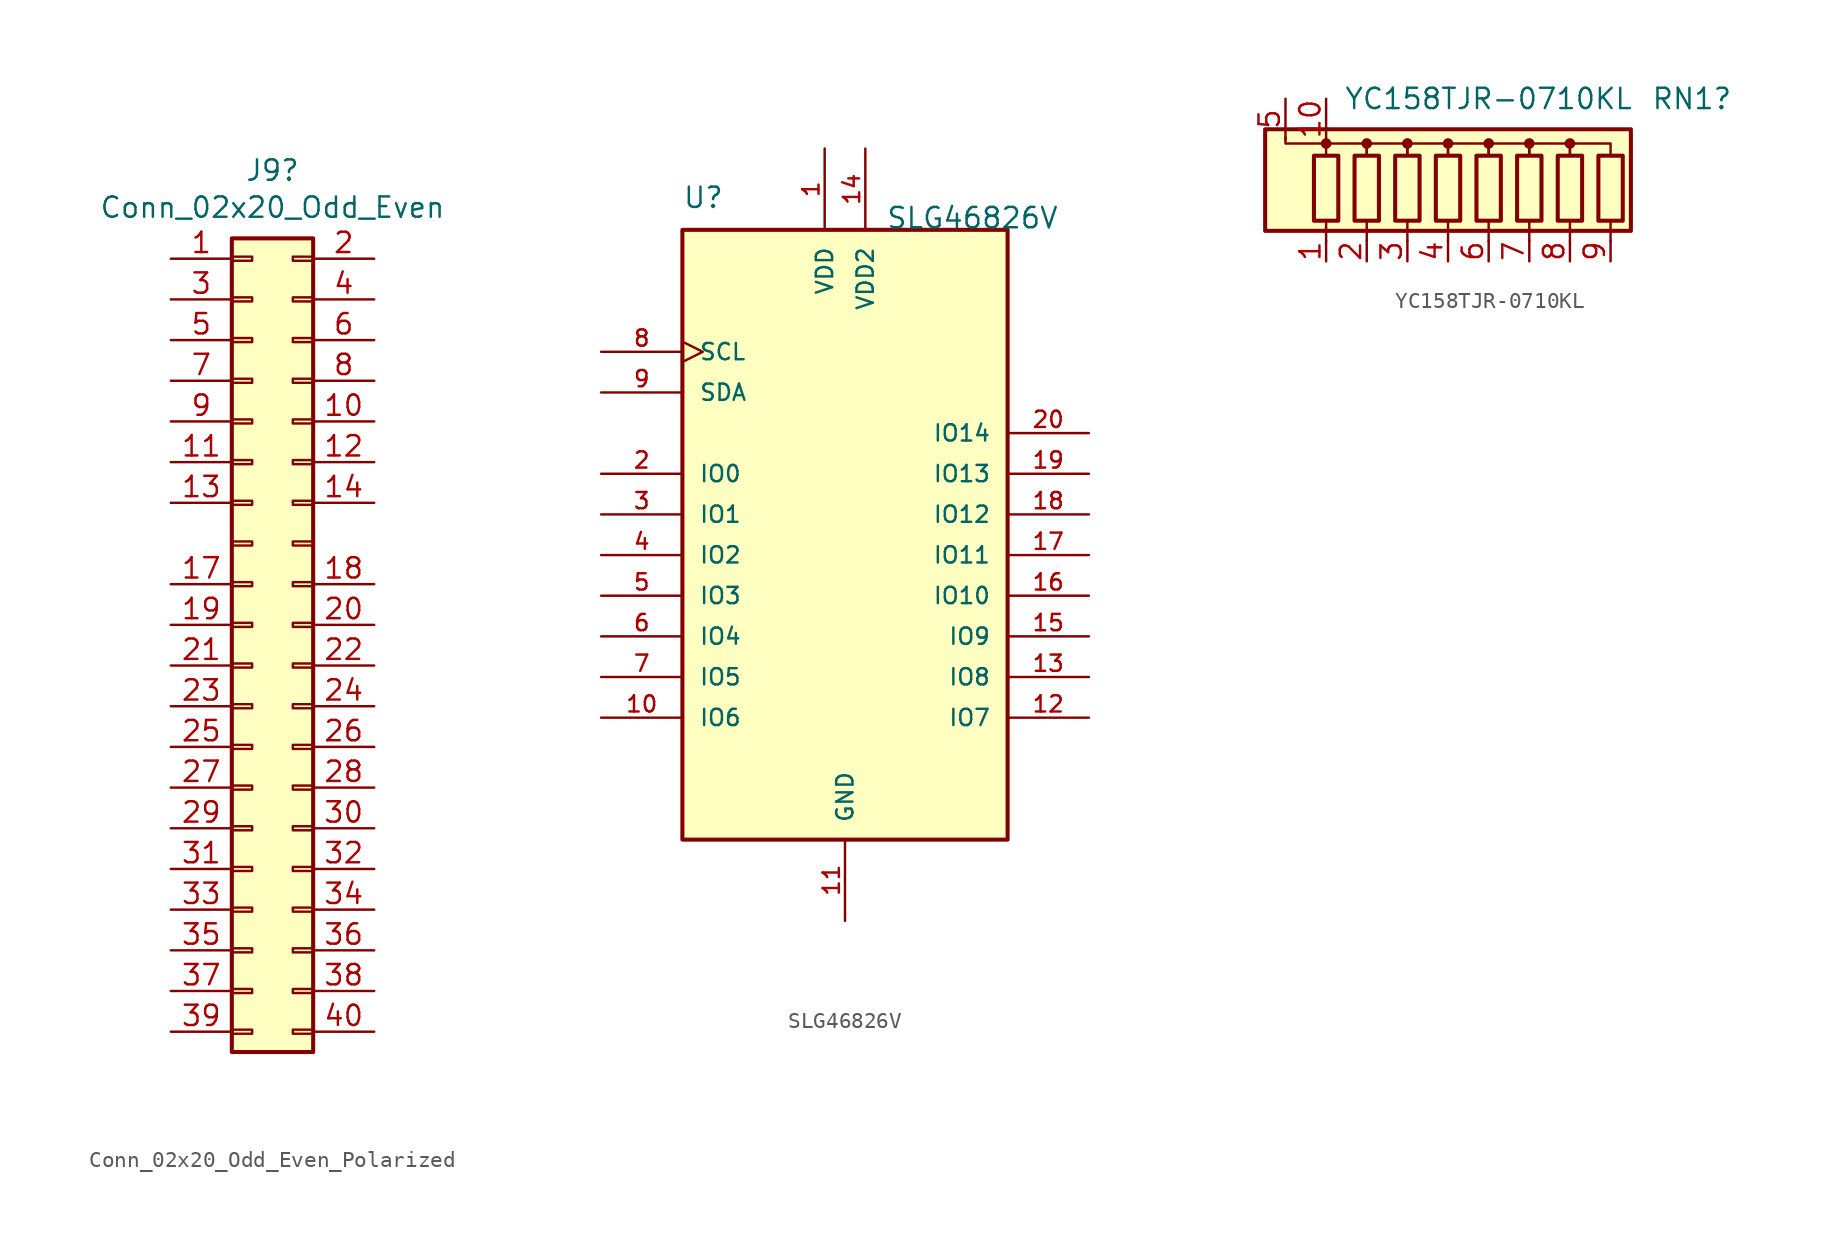
<source format=kicad_sym>
(kicad_symbol_lib
  (version 20220914)
  (generator kicad_symbol_editor)
  (symbol "Conn_02x20_Odd_Even_Polarized"
    (pin_names
      (offset 1.016) hide)
    (property "Reference" "J9"
      (at 1.27 28.372 0)
      (effects (font (size 1.27 1.27))))
    (property "Value" "Conn_02x20_Odd_Even"
      (at 1.27 26.06 0)
      (effects (font (size 1.27 1.27))))
    (symbol "Conn_02x20_Odd_Even_Polarized_1_1"
      (rectangle (start -1.27 -25.273) (end 0 -25.527) (stroke (width 0.152) (type default)) (fill (type none)))
      (rectangle (start -1.27 -22.733) (end 0 -22.987) (stroke (width 0.152) (type default)) (fill (type none)))
      (rectangle (start -1.27 -20.193) (end 0 -20.447) (stroke (width 0.152) (type default)) (fill (type none)))
      (rectangle (start -1.27 -17.653) (end 0 -17.907) (stroke (width 0.152) (type default)) (fill (type none)))
      (rectangle (start -1.27 -15.113) (end 0 -15.367) (stroke (width 0.152) (type default)) (fill (type none)))
      (rectangle (start -1.27 -12.573) (end 0 -12.827) (stroke (width 0.152) (type default)) (fill (type none)))
      (rectangle (start -1.27 -10.033) (end 0 -10.287) (stroke (width 0.152) (type default)) (fill (type none)))
      (rectangle (start -1.27 -7.493) (end 0 -7.747) (stroke (width 0.152) (type default)) (fill (type none)))
      (rectangle (start -1.27 -4.953) (end 0 -5.207) (stroke (width 0.152) (type default)) (fill (type none)))
      (rectangle (start -1.27 -2.413) (end 0 -2.667) (stroke (width 0.152) (type default)) (fill (type none)))
      (rectangle (start -1.27 0.127) (end 0 -0.127) (stroke (width 0.152) (type default)) (fill (type none)))
      (rectangle (start -1.27 2.667) (end 0 2.413) (stroke (width 0.152) (type default)) (fill (type none)))
      (rectangle (start -1.27 5.207) (end 0 4.953) (stroke (width 0.152) (type default)) (fill (type none)))
      (rectangle (start -1.27 7.747) (end 0 7.493) (stroke (width 0.152) (type default)) (fill (type none)))
      (rectangle (start -1.27 10.287) (end 0 10.033) (stroke (width 0.152) (type default)) (fill (type none)))
      (rectangle (start -1.27 12.827) (end 0 12.573) (stroke (width 0.152) (type default)) (fill (type none)))
      (rectangle (start -1.27 15.367) (end 0 15.113) (stroke (width 0.152) (type default)) (fill (type none)))
      (rectangle (start -1.27 17.907) (end 0 17.653) (stroke (width 0.152) (type default)) (fill (type none)))
      (rectangle (start -1.27 20.447) (end 0 20.193) (stroke (width 0.152) (type default)) (fill (type none)))
      (rectangle (start -1.27 22.987) (end 0 22.733) (stroke (width 0.152) (type default)) (fill (type none)))
      (rectangle (start -1.27 24.13) (end 3.81 -26.67) (stroke (width 0.254) (type default)) (fill (type background)))
      (rectangle (start 3.81 -25.273) (end 2.54 -25.527) (stroke (width 0.152) (type default)) (fill (type none)))
      (rectangle (start 3.81 -22.733) (end 2.54 -22.987) (stroke (width 0.152) (type default)) (fill (type none)))
      (rectangle (start 3.81 -20.193) (end 2.54 -20.447) (stroke (width 0.152) (type default)) (fill (type none)))
      (rectangle (start 3.81 -17.653) (end 2.54 -17.907) (stroke (width 0.152) (type default)) (fill (type none)))
      (rectangle (start 3.81 -15.113) (end 2.54 -15.367) (stroke (width 0.152) (type default)) (fill (type none)))
      (rectangle (start 3.81 -12.573) (end 2.54 -12.827) (stroke (width 0.152) (type default)) (fill (type none)))
      (rectangle (start 3.81 -10.033) (end 2.54 -10.287) (stroke (width 0.152) (type default)) (fill (type none)))
      (rectangle (start 3.81 -7.493) (end 2.54 -7.747) (stroke (width 0.152) (type default)) (fill (type none)))
      (rectangle (start 3.81 -4.953) (end 2.54 -5.207) (stroke (width 0.152) (type default)) (fill (type none)))
      (rectangle (start 3.81 -2.413) (end 2.54 -2.667) (stroke (width 0.152) (type default)) (fill (type none)))
      (rectangle (start 3.81 0.127) (end 2.54 -0.127) (stroke (width 0.152) (type default)) (fill (type none)))
      (rectangle (start 3.81 2.667) (end 2.54 2.413) (stroke (width 0.152) (type default)) (fill (type none)))
      (rectangle (start 3.81 5.207) (end 2.54 4.953) (stroke (width 0.152) (type default)) (fill (type none)))
      (rectangle (start 3.81 7.747) (end 2.54 7.493) (stroke (width 0.152) (type default)) (fill (type none)))
      (rectangle (start 3.81 10.287) (end 2.54 10.033) (stroke (width 0.152) (type default)) (fill (type none)))
      (rectangle (start 3.81 12.827) (end 2.54 12.573) (stroke (width 0.152) (type default)) (fill (type none)))
      (rectangle (start 3.81 15.367) (end 2.54 15.113) (stroke (width 0.152) (type default)) (fill (type none)))
      (rectangle (start 3.81 17.907) (end 2.54 17.653) (stroke (width 0.152) (type default)) (fill (type none)))
      (rectangle (start 3.81 20.447) (end 2.54 20.193) (stroke (width 0.152) (type default)) (fill (type none)))
      (rectangle (start 3.81 22.987) (end 2.54 22.733) (stroke (width 0.152) (type default)) (fill (type none)))
      (pin passive line (at -5.08 22.86 0) (length 3.81) (name "Pin_1" (effects (font (size 1.27 1.27)))) (number "1" (effects (font (size 1.27 1.27)))))
      (pin passive line (at 7.62 12.7 180) (length 3.81) (name "Pin_10" (effects (font (size 1.27 1.27)))) (number "10" (effects (font (size 1.27 1.27)))))
      (pin passive line (at -5.08 10.16 0) (length 3.81) (name "Pin_11" (effects (font (size 1.27 1.27)))) (number "11" (effects (font (size 1.27 1.27)))))
      (pin passive line (at 7.62 10.16 180) (length 3.81) (name "Pin_12" (effects (font (size 1.27 1.27)))) (number "12" (effects (font (size 1.27 1.27)))))
      (pin passive line (at -5.08 7.62 0) (length 3.81) (name "Pin_13" (effects (font (size 1.27 1.27)))) (number "13" (effects (font (size 1.27 1.27)))))
      (pin passive line (at 7.62 7.62 180) (length 3.81) (name "Pin_14" (effects (font (size 1.27 1.27)))) (number "14" (effects (font (size 1.27 1.27)))))
      (pin passive line (at -5.08 2.54 0) (length 3.81) (name "Pin_17" (effects (font (size 1.27 1.27)))) (number "17" (effects (font (size 1.27 1.27)))))
      (pin passive line (at 7.62 2.54 180) (length 3.81) (name "Pin_18" (effects (font (size 1.27 1.27)))) (number "18" (effects (font (size 1.27 1.27)))))
      (pin passive line (at -5.08 0 0) (length 3.81) (name "Pin_19" (effects (font (size 1.27 1.27)))) (number "19" (effects (font (size 1.27 1.27)))))
      (pin passive line (at 7.62 22.86 180) (length 3.81) (name "Pin_2" (effects (font (size 1.27 1.27)))) (number "2" (effects (font (size 1.27 1.27)))))
      (pin passive line (at 7.62 0 180) (length 3.81) (name "Pin_20" (effects (font (size 1.27 1.27)))) (number "20" (effects (font (size 1.27 1.27)))))
      (pin passive line (at -5.08 -2.54 0) (length 3.81) (name "Pin_21" (effects (font (size 1.27 1.27)))) (number "21" (effects (font (size 1.27 1.27)))))
      (pin passive line (at 7.62 -2.54 180) (length 3.81) (name "Pin_22" (effects (font (size 1.27 1.27)))) (number "22" (effects (font (size 1.27 1.27)))))
      (pin passive line (at -5.08 -5.08 0) (length 3.81) (name "Pin_23" (effects (font (size 1.27 1.27)))) (number "23" (effects (font (size 1.27 1.27)))))
      (pin passive line (at 7.62 -5.08 180) (length 3.81) (name "Pin_24" (effects (font (size 1.27 1.27)))) (number "24" (effects (font (size 1.27 1.27)))))
      (pin passive line (at -5.08 -7.62 0) (length 3.81) (name "Pin_25" (effects (font (size 1.27 1.27)))) (number "25" (effects (font (size 1.27 1.27)))))
      (pin passive line (at 7.62 -7.62 180) (length 3.81) (name "Pin_26" (effects (font (size 1.27 1.27)))) (number "26" (effects (font (size 1.27 1.27)))))
      (pin passive line (at -5.08 -10.16 0) (length 3.81) (name "Pin_27" (effects (font (size 1.27 1.27)))) (number "27" (effects (font (size 1.27 1.27)))))
      (pin passive line (at 7.62 -10.16 180) (length 3.81) (name "Pin_28" (effects (font (size 1.27 1.27)))) (number "28" (effects (font (size 1.27 1.27)))))
      (pin passive line (at -5.08 -12.7 0) (length 3.81) (name "Pin_29" (effects (font (size 1.27 1.27)))) (number "29" (effects (font (size 1.27 1.27)))))
      (pin passive line (at -5.08 20.32 0) (length 3.81) (name "Pin_3" (effects (font (size 1.27 1.27)))) (number "3" (effects (font (size 1.27 1.27)))))
      (pin passive line (at 7.62 -12.7 180) (length 3.81) (name "Pin_30" (effects (font (size 1.27 1.27)))) (number "30" (effects (font (size 1.27 1.27)))))
      (pin passive line (at -5.08 -15.24 0) (length 3.81) (name "Pin_31" (effects (font (size 1.27 1.27)))) (number "31" (effects (font (size 1.27 1.27)))))
      (pin passive line (at 7.62 -15.24 180) (length 3.81) (name "Pin_32" (effects (font (size 1.27 1.27)))) (number "32" (effects (font (size 1.27 1.27)))))
      (pin passive line (at -5.08 -17.78 0) (length 3.81) (name "Pin_33" (effects (font (size 1.27 1.27)))) (number "33" (effects (font (size 1.27 1.27)))))
      (pin passive line (at 7.62 -17.78 180) (length 3.81) (name "Pin_34" (effects (font (size 1.27 1.27)))) (number "34" (effects (font (size 1.27 1.27)))))
      (pin passive line (at -5.08 -20.32 0) (length 3.81) (name "Pin_35" (effects (font (size 1.27 1.27)))) (number "35" (effects (font (size 1.27 1.27)))))
      (pin passive line (at 7.62 -20.32 180) (length 3.81) (name "Pin_36" (effects (font (size 1.27 1.27)))) (number "36" (effects (font (size 1.27 1.27)))))
      (pin passive line (at -5.08 -22.86 0) (length 3.81) (name "Pin_37" (effects (font (size 1.27 1.27)))) (number "37" (effects (font (size 1.27 1.27)))))
      (pin passive line (at 7.62 -22.86 180) (length 3.81) (name "Pin_38" (effects (font (size 1.27 1.27)))) (number "38" (effects (font (size 1.27 1.27)))))
      (pin passive line (at -5.08 -25.4 0) (length 3.81) (name "Pin_39" (effects (font (size 1.27 1.27)))) (number "39" (effects (font (size 1.27 1.27)))))
      (pin passive line (at 7.62 20.32 180) (length 3.81) (name "Pin_4" (effects (font (size 1.27 1.27)))) (number "4" (effects (font (size 1.27 1.27)))))
      (pin passive line (at 7.62 -25.4 180) (length 3.81) (name "Pin_40" (effects (font (size 1.27 1.27)))) (number "40" (effects (font (size 1.27 1.27)))))
      (pin passive line (at -5.08 17.78 0) (length 3.81) (name "Pin_5" (effects (font (size 1.27 1.27)))) (number "5" (effects (font (size 1.27 1.27)))))
      (pin passive line (at 7.62 17.78 180) (length 3.81) (name "Pin_6" (effects (font (size 1.27 1.27)))) (number "6" (effects (font (size 1.27 1.27)))))
      (pin passive line (at -5.08 15.24 0) (length 3.81) (name "Pin_7" (effects (font (size 1.27 1.27)))) (number "7" (effects (font (size 1.27 1.27)))))
      (pin passive line (at 7.62 15.24 180) (length 3.81) (name "Pin_8" (effects (font (size 1.27 1.27)))) (number "8" (effects (font (size 1.27 1.27)))))
      (pin passive line (at -5.08 12.7 0) (length 3.81) (name "Pin_9" (effects (font (size 1.27 1.27)))) (number "9" (effects (font (size 1.27 1.27)))))))
  (symbol "SLG46826V"
    (pin_names
      (offset 1.016))
    (property "Reference" "U"
      (at -10.16 19.05 0)
      (effects (font (size 1.27 1.27)) (justify left bottom)))
    (property "Value" "SLG46826V"
      (at 2.54 17.78 0)
      (effects (font (size 1.27 1.27)) (justify left bottom)))
    (property "ki_locked" ""
      (at 0 0 0)
      (effects (font (size 1.27 1.27))))
    (symbol "SLG46826V_0_0"
      (rectangle (start -10.16 17.78) (end 10.16 -20.32) (stroke (width 0.254) (type solid)) (fill (type background)))
      (pin power_in line (at -1.27 22.86 270) (length 5.08) (name "VDD" (effects (font (size 1.016 1.016)))) (number "1" (effects (font (size 1.016 1.016)))))
      (pin bidirectional line (at -15.24 -12.7 0) (length 5.08) (name "IO6" (effects (font (size 1.016 1.016)))) (number "10" (effects (font (size 1.016 1.016)))))
      (pin power_in line (at 0 -25.4 90) (length 5.08) (name "GND" (effects (font (size 1.016 1.016)))) (number "11" (effects (font (size 1.016 1.016)))))
      (pin bidirectional line (at 15.24 -12.7 180) (length 5.08) (name "IO7" (effects (font (size 1.016 1.016)))) (number "12" (effects (font (size 1.016 1.016)))))
      (pin bidirectional line (at 15.24 -10.16 180) (length 5.08) (name "IO8" (effects (font (size 1.016 1.016)))) (number "13" (effects (font (size 1.016 1.016)))))
      (pin power_in line (at 1.27 22.86 270) (length 5.08) (name "VDD2" (effects (font (size 1.016 1.016)))) (number "14" (effects (font (size 1.016 1.016)))))
      (pin bidirectional line (at 15.24 -7.62 180) (length 5.08) (name "IO9" (effects (font (size 1.016 1.016)))) (number "15" (effects (font (size 1.016 1.016)))))
      (pin bidirectional line (at 15.24 -5.08 180) (length 5.08) (name "IO10" (effects (font (size 1.016 1.016)))) (number "16" (effects (font (size 1.016 1.016)))))
      (pin bidirectional line (at 15.24 -2.54 180) (length 5.08) (name "IO11" (effects (font (size 1.016 1.016)))) (number "17" (effects (font (size 1.016 1.016)))))
      (pin bidirectional line (at 15.24 0 180) (length 5.08) (name "IO12" (effects (font (size 1.016 1.016)))) (number "18" (effects (font (size 1.016 1.016)))))
      (pin bidirectional line (at 15.24 2.54 180) (length 5.08) (name "IO13" (effects (font (size 1.016 1.016)))) (number "19" (effects (font (size 1.016 1.016)))))
      (pin bidirectional line (at -15.24 2.54 0) (length 5.08) (name "IO0" (effects (font (size 1.016 1.016)))) (number "2" (effects (font (size 1.016 1.016)))))
      (pin bidirectional line (at 15.24 5.08 180) (length 5.08) (name "IO14" (effects (font (size 1.016 1.016)))) (number "20" (effects (font (size 1.016 1.016)))))
      (pin bidirectional line (at -15.24 0 0) (length 5.08) (name "IO1" (effects (font (size 1.016 1.016)))) (number "3" (effects (font (size 1.016 1.016)))))
      (pin bidirectional line (at -15.24 -2.54 0) (length 5.08) (name "IO2" (effects (font (size 1.016 1.016)))) (number "4" (effects (font (size 1.016 1.016)))))
      (pin bidirectional line (at -15.24 -5.08 0) (length 5.08) (name "IO3" (effects (font (size 1.016 1.016)))) (number "5" (effects (font (size 1.016 1.016)))))
      (pin bidirectional line (at -15.24 -7.62 0) (length 5.08) (name "IO4" (effects (font (size 1.016 1.016)))) (number "6" (effects (font (size 1.016 1.016)))))
      (pin bidirectional line (at -15.24 -10.16 0) (length 5.08) (name "IO5" (effects (font (size 1.016 1.016)))) (number "7" (effects (font (size 1.016 1.016)))))
      (pin input clock (at -15.24 10.16 0) (length 5.08) (name "SCL" (effects (font (size 1.016 1.016)))) (number "8" (effects (font (size 1.016 1.016)))))
      (pin bidirectional line (at -15.24 7.62 0) (length 5.08) (name "SDA" (effects (font (size 1.016 1.016)))) (number "9" (effects (font (size 1.016 1.016)))))))
  (symbol "YC158TJR-0710KL"
    (pin_names
      (offset 1.016) hide)
    (property "Reference" "RN1"
      (at 15.24 5.08 0)
      (effects (font (size 1.27 1.27))))
    (property "Value" "YC158TJR-0710KL"
      (at 2.54 5.08 0)
      (effects (font (size 1.27 1.27))))
    (symbol "YC158TJR-0710KL_0_1"
      (polyline (pts (xy -7.569 2.286) (xy -10.16 2.286) (xy -10.16 2.692)) (stroke (width 0) (type default)) (fill (type none))))
    (symbol "YC158TJR-0710KL_1_1"
      (rectangle (start -11.43 -3.175) (end 11.43 3.175) (stroke (width 0.254) (type default)) (fill (type background)))
      (rectangle (start -8.382 1.524) (end -6.858 -2.54) (stroke (width 0.254) (type default)) (fill (type none)))
      (circle (center -7.62 2.286) (radius 0.254) (stroke (width 0) (type default)) (fill (type outline)))
      (rectangle (start -5.842 1.524) (end -4.318 -2.54) (stroke (width 0.254) (type default)) (fill (type none)))
      (circle (center -5.08 2.286) (radius 0.254) (stroke (width 0) (type default)) (fill (type outline)))
      (rectangle (start -3.302 1.524) (end -1.778 -2.54) (stroke (width 0.254) (type default)) (fill (type none)))
      (circle (center -2.54 2.286) (radius 0.254) (stroke (width 0) (type default)) (fill (type outline)))
      (rectangle (start -0.762 1.524) (end 0.762 -2.54) (stroke (width 0.254) (type default)) (fill (type none)))
      (polyline (pts (xy -7.62 -2.54) (xy -7.62 -3.81)) (stroke (width 0) (type default)) (fill (type none)))
      (polyline (pts (xy -5.08 -2.54) (xy -5.08 -3.81)) (stroke (width 0) (type default)) (fill (type none)))
      (polyline (pts (xy -2.54 -2.54) (xy -2.54 -3.81)) (stroke (width 0) (type default)) (fill (type none)))
      (polyline (pts (xy 0 -2.54) (xy 0 -3.81)) (stroke (width 0) (type default)) (fill (type none)))
      (polyline (pts (xy 2.54 -2.54) (xy 2.54 -3.81)) (stroke (width 0) (type default)) (fill (type none)))
      (polyline (pts (xy 5.08 -2.54) (xy 5.08 -3.81)) (stroke (width 0) (type default)) (fill (type none)))
      (polyline (pts (xy 7.62 -2.54) (xy 7.62 -3.81)) (stroke (width 0) (type default)) (fill (type none)))
      (polyline (pts (xy 10.16 -2.54) (xy 10.16 -3.81)) (stroke (width 0) (type default)) (fill (type none)))
      (polyline (pts (xy -7.62 1.524) (xy -7.62 2.286) (xy -5.08 2.286) (xy -5.08 1.524)) (stroke (width 0) (type default)) (fill (type none)))
      (polyline (pts (xy -5.08 1.524) (xy -5.08 2.286) (xy -2.54 2.286) (xy -2.54 1.524)) (stroke (width 0) (type default)) (fill (type none)))
      (polyline (pts (xy -2.54 1.524) (xy -2.54 2.286) (xy 0 2.286) (xy 0 1.524)) (stroke (width 0) (type default)) (fill (type none)))
      (polyline (pts (xy 0 1.524) (xy 0 2.286) (xy 2.54 2.286) (xy 2.54 1.524)) (stroke (width 0) (type default)) (fill (type none)))
      (polyline (pts (xy 2.54 1.524) (xy 2.54 2.286) (xy 5.08 2.286) (xy 5.08 1.524)) (stroke (width 0) (type default)) (fill (type none)))
      (polyline (pts (xy 5.08 1.524) (xy 5.08 2.286) (xy 7.62 2.286) (xy 7.62 1.524)) (stroke (width 0) (type default)) (fill (type none)))
      (polyline (pts (xy 7.62 1.524) (xy 7.62 2.286) (xy 10.16 2.286) (xy 10.16 1.524)) (stroke (width 0) (type default)) (fill (type none)))
      (circle (center 0 2.286) (radius 0.254) (stroke (width 0) (type default)) (fill (type outline)))
      (rectangle (start 1.778 1.524) (end 3.302 -2.54) (stroke (width 0.254) (type default)) (fill (type none)))
      (circle (center 2.54 2.286) (radius 0.254) (stroke (width 0) (type default)) (fill (type outline)))
      (rectangle (start 4.318 1.524) (end 5.842 -2.54) (stroke (width 0.254) (type default)) (fill (type none)))
      (circle (center 5.08 2.286) (radius 0.254) (stroke (width 0) (type default)) (fill (type outline)))
      (rectangle (start 6.858 1.524) (end 8.382 -2.54) (stroke (width 0.254) (type default)) (fill (type none)))
      (circle (center 7.62 2.286) (radius 0.254) (stroke (width 0) (type default)) (fill (type outline)))
      (rectangle (start 9.398 1.524) (end 10.922 -2.54) (stroke (width 0.254) (type default)) (fill (type none)))
      (pin passive line (at -7.62 -5.08 90) (length 1.27) (name "R1" (effects (font (size 1.27 1.27)))) (number "1" (effects (font (size 1.27 1.27)))))
      (pin passive line (at -7.62 5.08 270) (length 2.54) (name "common" (effects (font (size 1.27 1.27)))) (number "10" (effects (font (size 1.27 1.27)))))
      (pin passive line (at -5.08 -5.08 90) (length 1.27) (name "R2" (effects (font (size 1.27 1.27)))) (number "2" (effects (font (size 1.27 1.27)))))
      (pin passive line (at -2.54 -5.08 90) (length 1.27) (name "R3" (effects (font (size 1.27 1.27)))) (number "3" (effects (font (size 1.27 1.27)))))
      (pin passive line (at 0 -5.08 90) (length 1.27) (name "R4" (effects (font (size 1.27 1.27)))) (number "4" (effects (font (size 1.27 1.27)))))
      (pin passive line (at -10.16 5.08 270) (length 2.54) (name "R4" (effects (font (size 1.27 1.27)))) (number "5" (effects (font (size 1.27 1.27)))))
      (pin passive line (at 2.54 -5.08 90) (length 1.27) (name "R5" (effects (font (size 1.27 1.27)))) (number "6" (effects (font (size 1.27 1.27)))))
      (pin passive line (at 5.08 -5.08 90) (length 1.27) (name "R6" (effects (font (size 1.27 1.27)))) (number "7" (effects (font (size 1.27 1.27)))))
      (pin passive line (at 7.62 -5.08 90) (length 1.27) (name "R7" (effects (font (size 1.27 1.27)))) (number "8" (effects (font (size 1.27 1.27)))))
      (pin passive line (at 10.16 -5.08 90) (length 1.27) (name "R8" (effects (font (size 1.27 1.27)))) (number "9" (effects (font (size 1.27 1.27))))))))
</source>
